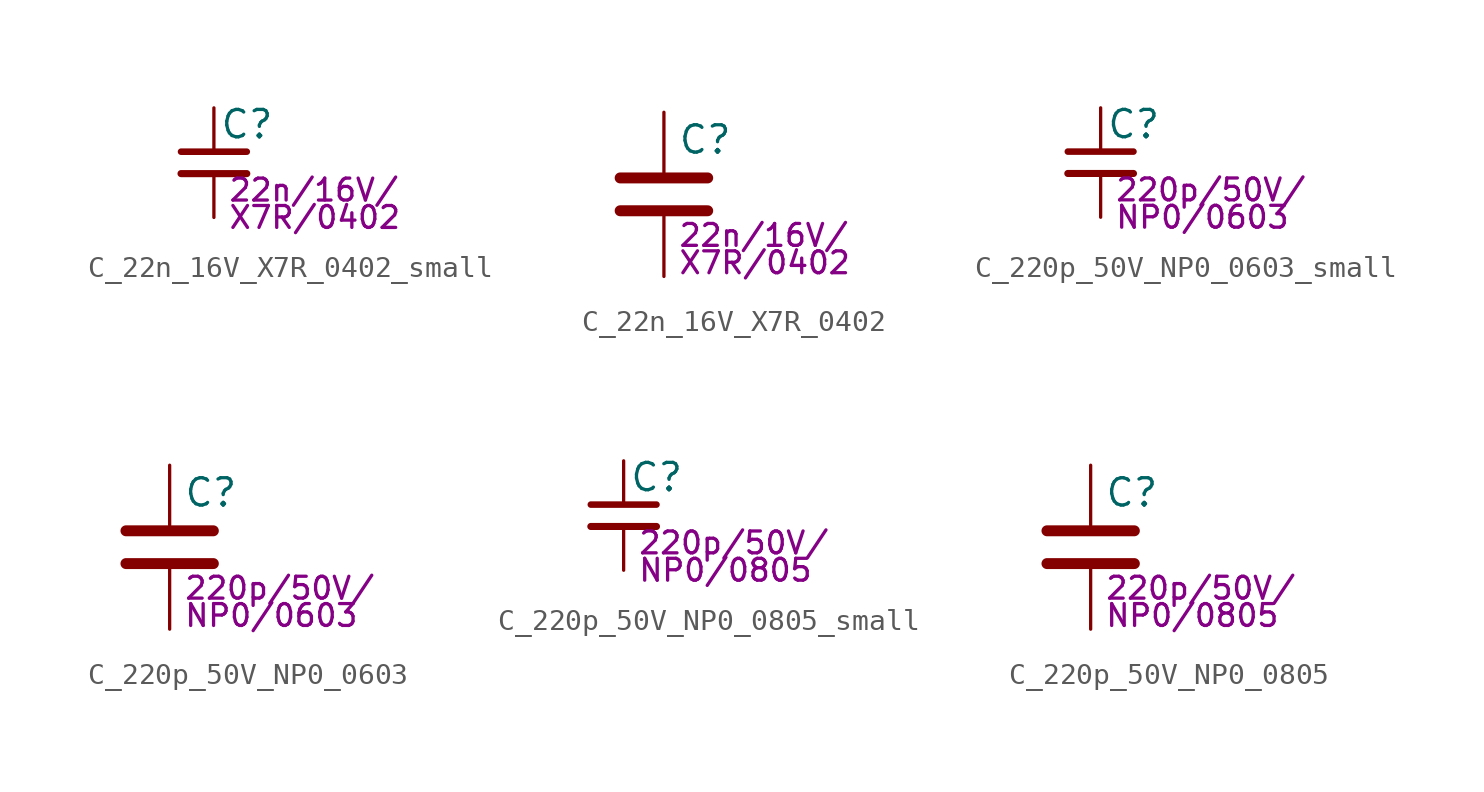
<source format=kicad_sym>
(kicad_symbol_lib
  (version 20211014)
  (generator kicad_symbol_editor)
  (symbol "C_22n_16V_X7R_0402_small"
    (pin_numbers hide)
    (pin_names
      (offset 0.254) hide)
    (property "Reference" "C"
      (at 0.254 1.778 0)
      (effects (font (size 1.27 1.27)) (justify left)))
    (property "Params" "22n/16V/"
      (at 0.635 -1.27 0)
      (effects (font (size 1.016 1.016)) (justify left)))
    (property "Params2" "X7R/0402"
      (at 0.635 -2.54 0)
      (effects (font (size 1.016 1.016)) (justify left)))
    (symbol "C_22n_16V_X7R_0402_small_0_1"
      (polyline (pts (xy -1.524 -0.508) (xy 1.524 -0.508)) (stroke (width 0.33) (type default) (color 0 0 0 0)) (fill (type none)))
      (polyline (pts (xy -1.524 0.508) (xy 1.524 0.508)) (stroke (width 0.305) (type default) (color 0 0 0 0)) (fill (type none))))
    (symbol "C_22n_16V_X7R_0402_small_1_1"
      (pin passive line (at 0 2.54 270) (length 2.032) (name "~" (effects (font (size 1.27 1.27)))) (number "1" (effects (font (size 1.27 1.27)))))
      (pin passive line (at 0 -2.54 90) (length 2.032) (name "~" (effects (font (size 1.27 1.27)))) (number "2" (effects (font (size 1.27 1.27)))))))
  (symbol "C_22n_16V_X7R_0402"
    (pin_numbers hide)
    (pin_names
      (offset 0.254))
    (property "Reference" "C"
      (at 0.635 2.54 0)
      (effects (font (size 1.27 1.27)) (justify left)))
    (property "Params" "22n/16V/"
      (at 0.635 -1.905 0)
      (effects (font (size 1.016 1.016)) (justify left)))
    (property "Params2" "X7R/0402"
      (at 0.635 -3.175 0)
      (effects (font (size 1.016 1.016)) (justify left)))
    (symbol "C_22n_16V_X7R_0402_0_1"
      (polyline (pts (xy -2.032 -0.762) (xy 2.032 -0.762)) (stroke (width 0.508) (type default) (color 0 0 0 0)) (fill (type none)))
      (polyline (pts (xy -2.032 0.762) (xy 2.032 0.762)) (stroke (width 0.508) (type default) (color 0 0 0 0)) (fill (type none))))
    (symbol "C_22n_16V_X7R_0402_1_1"
      (pin passive line (at 0 3.81 270) (length 2.794) (name "~" (effects (font (size 1.27 1.27)))) (number "1" (effects (font (size 1.27 1.27)))))
      (pin passive line (at 0 -3.81 90) (length 2.794) (name "~" (effects (font (size 1.27 1.27)))) (number "2" (effects (font (size 1.27 1.27)))))))
  (symbol "C_220p_50V_NP0_0603_small"
    (pin_numbers hide)
    (pin_names
      (offset 0.254) hide)
    (property "Reference" "C"
      (at 0.254 1.778 0)
      (effects (font (size 1.27 1.27)) (justify left)))
    (property "Params" "220p/50V/"
      (at 0.635 -1.27 0)
      (effects (font (size 1.016 1.016)) (justify left)))
    (property "Params2" "NP0/0603"
      (at 0.635 -2.54 0)
      (effects (font (size 1.016 1.016)) (justify left)))
    (symbol "C_220p_50V_NP0_0603_small_0_1"
      (polyline (pts (xy -1.524 -0.508) (xy 1.524 -0.508)) (stroke (width 0.33) (type default) (color 0 0 0 0)) (fill (type none)))
      (polyline (pts (xy -1.524 0.508) (xy 1.524 0.508)) (stroke (width 0.305) (type default) (color 0 0 0 0)) (fill (type none))))
    (symbol "C_220p_50V_NP0_0603_small_1_1"
      (pin passive line (at 0 2.54 270) (length 2.032) (name "~" (effects (font (size 1.27 1.27)))) (number "1" (effects (font (size 1.27 1.27)))))
      (pin passive line (at 0 -2.54 90) (length 2.032) (name "~" (effects (font (size 1.27 1.27)))) (number "2" (effects (font (size 1.27 1.27)))))))
  (symbol "C_220p_50V_NP0_0603"
    (pin_numbers hide)
    (pin_names
      (offset 0.254))
    (property "Reference" "C"
      (at 0.635 2.54 0)
      (effects (font (size 1.27 1.27)) (justify left)))
    (property "Params" "220p/50V/"
      (at 0.635 -1.905 0)
      (effects (font (size 1.016 1.016)) (justify left)))
    (property "Params2" "NP0/0603"
      (at 0.635 -3.175 0)
      (effects (font (size 1.016 1.016)) (justify left)))
    (symbol "C_220p_50V_NP0_0603_0_1"
      (polyline (pts (xy -2.032 -0.762) (xy 2.032 -0.762)) (stroke (width 0.508) (type default) (color 0 0 0 0)) (fill (type none)))
      (polyline (pts (xy -2.032 0.762) (xy 2.032 0.762)) (stroke (width 0.508) (type default) (color 0 0 0 0)) (fill (type none))))
    (symbol "C_220p_50V_NP0_0603_1_1"
      (pin passive line (at 0 3.81 270) (length 2.794) (name "~" (effects (font (size 1.27 1.27)))) (number "1" (effects (font (size 1.27 1.27)))))
      (pin passive line (at 0 -3.81 90) (length 2.794) (name "~" (effects (font (size 1.27 1.27)))) (number "2" (effects (font (size 1.27 1.27)))))))
  (symbol "C_220p_50V_NP0_0805_small"
    (pin_numbers hide)
    (pin_names
      (offset 0.254) hide)
    (property "Reference" "C"
      (at 0.254 1.778 0)
      (effects (font (size 1.27 1.27)) (justify left)))
    (property "Params" "220p/50V/"
      (at 0.635 -1.27 0)
      (effects (font (size 1.016 1.016)) (justify left)))
    (property "Params2" "NP0/0805"
      (at 0.635 -2.54 0)
      (effects (font (size 1.016 1.016)) (justify left)))
    (symbol "C_220p_50V_NP0_0805_small_0_1"
      (polyline (pts (xy -1.524 -0.508) (xy 1.524 -0.508)) (stroke (width 0.33) (type default) (color 0 0 0 0)) (fill (type none)))
      (polyline (pts (xy -1.524 0.508) (xy 1.524 0.508)) (stroke (width 0.305) (type default) (color 0 0 0 0)) (fill (type none))))
    (symbol "C_220p_50V_NP0_0805_small_1_1"
      (pin passive line (at 0 2.54 270) (length 2.032) (name "~" (effects (font (size 1.27 1.27)))) (number "1" (effects (font (size 1.27 1.27)))))
      (pin passive line (at 0 -2.54 90) (length 2.032) (name "~" (effects (font (size 1.27 1.27)))) (number "2" (effects (font (size 1.27 1.27)))))))
  (symbol "C_220p_50V_NP0_0805"
    (pin_numbers hide)
    (pin_names
      (offset 0.254))
    (property "Reference" "C"
      (at 0.635 2.54 0)
      (effects (font (size 1.27 1.27)) (justify left)))
    (property "Params" "220p/50V/"
      (at 0.635 -1.905 0)
      (effects (font (size 1.016 1.016)) (justify left)))
    (property "Params2" "NP0/0805"
      (at 0.635 -3.175 0)
      (effects (font (size 1.016 1.016)) (justify left)))
    (symbol "C_220p_50V_NP0_0805_0_1"
      (polyline (pts (xy -2.032 -0.762) (xy 2.032 -0.762)) (stroke (width 0.508) (type default) (color 0 0 0 0)) (fill (type none)))
      (polyline (pts (xy -2.032 0.762) (xy 2.032 0.762)) (stroke (width 0.508) (type default) (color 0 0 0 0)) (fill (type none))))
    (symbol "C_220p_50V_NP0_0805_1_1"
      (pin passive line (at 0 3.81 270) (length 2.794) (name "~" (effects (font (size 1.27 1.27)))) (number "1" (effects (font (size 1.27 1.27)))))
      (pin passive line (at 0 -3.81 90) (length 2.794) (name "~" (effects (font (size 1.27 1.27)))) (number "2" (effects (font (size 1.27 1.27))))))))
</source>
